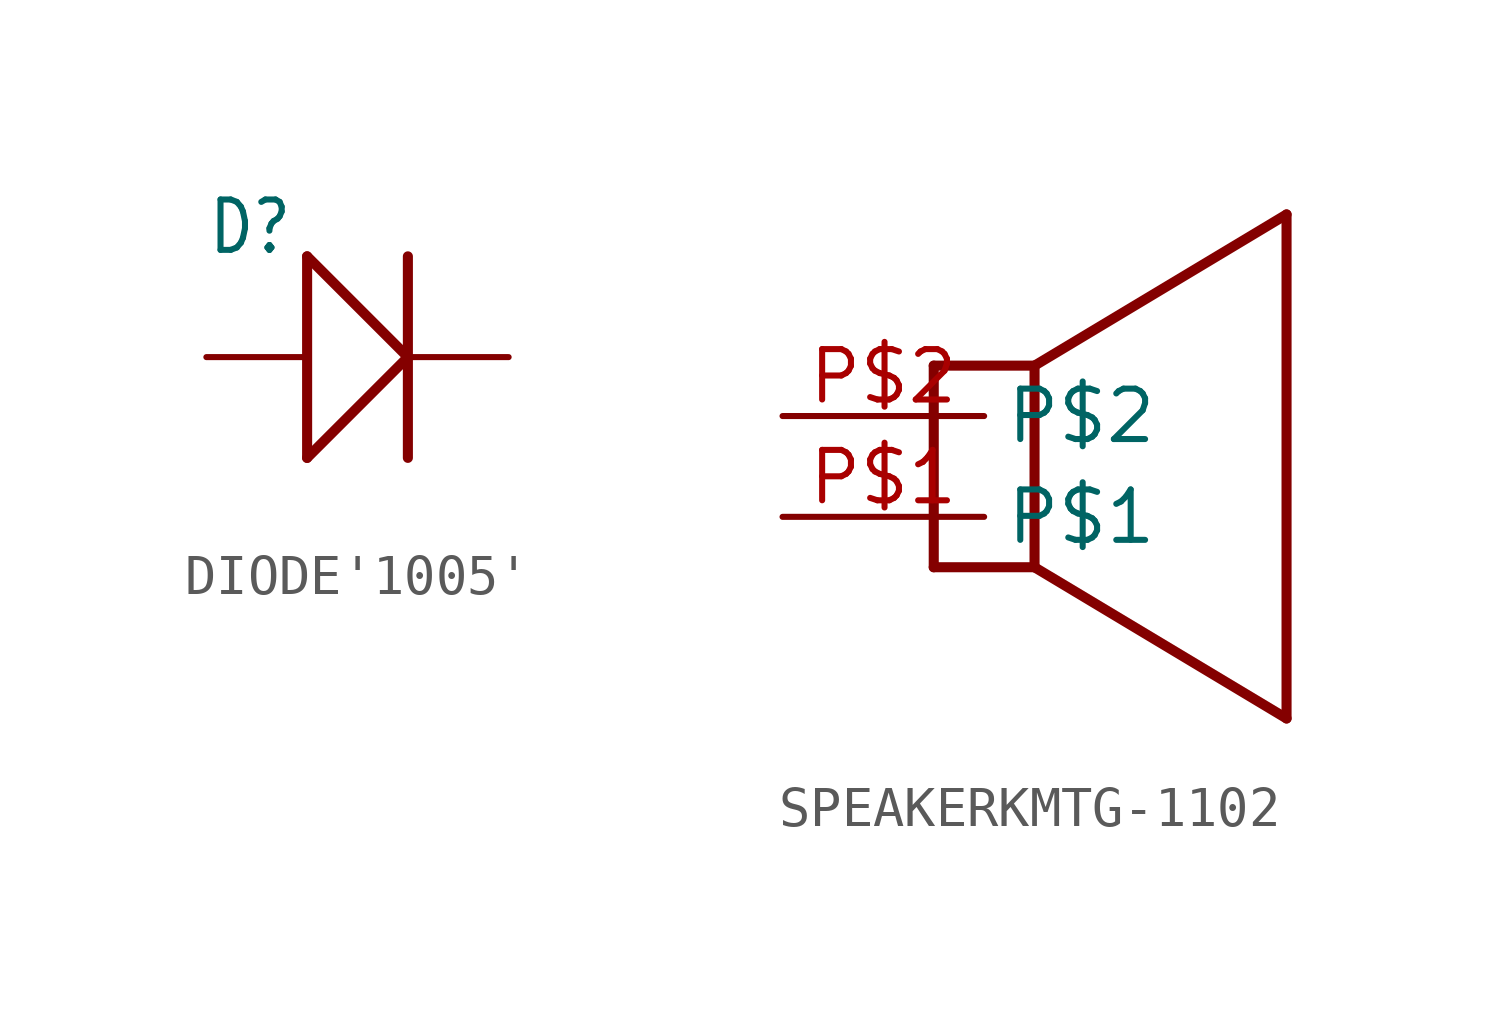
<source format=kicad_sym>
(kicad_symbol_lib
  (version 20231120)
  (generator "kicad_symbol_editor")
  (generator_version "8.0")
  (symbol "DIODE'1005'"
    (property "Reference" "D"
      (at -3.81 2.54 0)
      (effects (font (size 1.27 1.079)) (justify left bottom)))
    (property "Value" ""
      (at -3.81 -3.81 0)
      (effects (font (size 1.27 1.079)) (justify left bottom)))
    (property "ki_locked" ""
      (at 0 0 0)
      (effects (font (size 1.27 1.27))))
    (symbol "DIODE'1005'_1_0"
      (polyline (pts (xy -1.27 -2.54) (xy -1.27 2.54)) (stroke (width 0.254) (type solid)) (fill (type none)))
      (polyline (pts (xy -1.27 -2.54) (xy 1.27 0)) (stroke (width 0.254) (type solid)) (fill (type none)))
      (polyline (pts (xy -1.27 2.54) (xy 1.27 0)) (stroke (width 0.254) (type solid)) (fill (type none)))
      (polyline (pts (xy 1.27 2.54) (xy 1.27 -2.54)) (stroke (width 0.254) (type solid)) (fill (type none)))
      (pin passive line (at -3.81 0 0) (length 2.54) (name "+" (effects (font (size 0 0)))) (number "+" (effects (font (size 0 0)))))
      (pin passive line (at 3.81 0 180) (length 2.54) (name "-" (effects (font (size 0 0)))) (number "-" (effects (font (size 0 0)))))))
  (symbol "SPEAKERKMTG-1102"
    (property "Reference" ""
      (at 0 0 0)
      (effects (font (size 1.27 1.27)) (hide yes)))
    (property "ki_locked" ""
      (at 0 0 0)
      (effects (font (size 1.27 1.27))))
    (symbol "SPEAKERKMTG-1102_1_0"
      (polyline (pts (xy -3.81 -1.27) (xy -3.81 3.81)) (stroke (width 0.254) (type solid)) (fill (type none)))
      (polyline (pts (xy -3.81 3.81) (xy -1.27 3.81)) (stroke (width 0.254) (type solid)) (fill (type none)))
      (polyline (pts (xy -1.27 -1.27) (xy -3.81 -1.27)) (stroke (width 0.254) (type solid)) (fill (type none)))
      (polyline (pts (xy -1.27 3.81) (xy -1.27 -1.27)) (stroke (width 0.254) (type solid)) (fill (type none)))
      (polyline (pts (xy -1.27 3.81) (xy 5.08 7.62)) (stroke (width 0.254) (type solid)) (fill (type none)))
      (polyline (pts (xy 5.08 -5.08) (xy -1.27 -1.27)) (stroke (width 0.254) (type solid)) (fill (type none)))
      (polyline (pts (xy 5.08 7.62) (xy 5.08 -5.08)) (stroke (width 0.254) (type solid)) (fill (type none)))
      (pin bidirectional line (at -7.62 0 0) (length 5.08) (name "P$1" (effects (font (size 1.27 1.27)))) (number "P$1" (effects (font (size 1.27 1.27)))))
      (pin bidirectional line (at -7.62 2.54 0) (length 5.08) (name "P$2" (effects (font (size 1.27 1.27)))) (number "P$2" (effects (font (size 1.27 1.27))))))))
</source>
